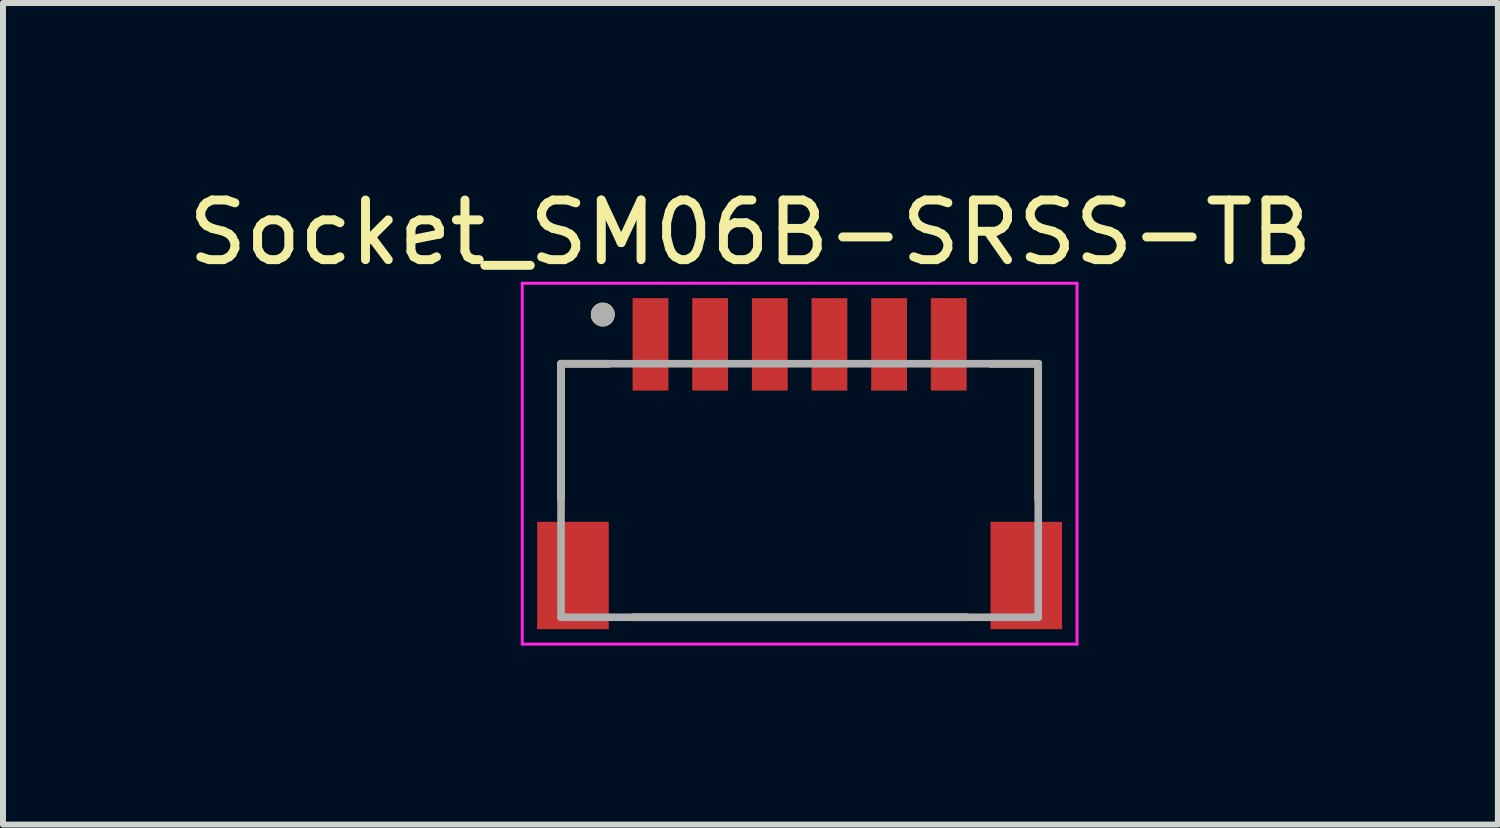
<source format=kicad_pcb>
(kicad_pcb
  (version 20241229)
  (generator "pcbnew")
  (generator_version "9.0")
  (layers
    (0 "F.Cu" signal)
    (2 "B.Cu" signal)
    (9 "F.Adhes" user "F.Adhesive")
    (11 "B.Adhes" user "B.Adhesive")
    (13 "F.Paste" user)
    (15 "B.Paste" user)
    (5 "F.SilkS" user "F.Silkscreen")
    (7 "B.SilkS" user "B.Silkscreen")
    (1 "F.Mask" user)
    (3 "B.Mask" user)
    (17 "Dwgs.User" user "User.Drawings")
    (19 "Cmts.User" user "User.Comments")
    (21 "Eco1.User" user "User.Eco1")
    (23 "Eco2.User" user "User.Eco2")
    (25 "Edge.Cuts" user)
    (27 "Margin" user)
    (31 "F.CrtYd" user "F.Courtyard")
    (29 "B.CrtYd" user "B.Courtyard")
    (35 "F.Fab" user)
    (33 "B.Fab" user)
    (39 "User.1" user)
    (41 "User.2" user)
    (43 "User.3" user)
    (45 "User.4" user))
  (footprint "Socket_SM06B-SRSS-TB"
    (layer "F.Cu")
    (at 10.355 2.723)
    (property "Reference" "Socket_SM06B-SRSS-TB" (at -0.825 -1.875 0) (layer "F.SilkS") (effects (font (size 1 1) (thickness 0.15))))
    (attr through_hole)
    (fp_line (start -4 0.325) (end -4 2.6) (stroke (width 0.127) (type solid)) (layer "F.SilkS"))
    (fp_line (start -3.2 0.325) (end -4 0.325) (stroke (width 0.127) (type solid)) (layer "F.SilkS"))
    (fp_line (start -2.8 4.575) (end 2.8 4.575) (stroke (width 0.127) (type solid)) (layer "F.SilkS"))
    (fp_line (start 3.2 0.325) (end 4 0.325) (stroke (width 0.127) (type solid)) (layer "F.SilkS"))
    (fp_line (start 4 0.325) (end 4 2.6) (stroke (width 0.127) (type solid)) (layer "F.SilkS"))
    (fp_circle (center -3.3 -0.5) (end -3.2 -0.5) (stroke (width 0.2) (type solid)) (fill no) (layer "F.SilkS"))
    (fp_line (start -4.65 -1.025) (end 4.65 -1.025) (stroke (width 0.05) (type solid)) (layer "F.CrtYd"))
    (fp_line (start -4.65 5.025) (end -4.65 -1.025) (stroke (width 0.05) (type solid)) (layer "F.CrtYd"))
    (fp_line (start 4.65 -1.025) (end 4.65 5.025) (stroke (width 0.05) (type solid)) (layer "F.CrtYd"))
    (fp_line (start 4.65 5.025) (end -4.65 5.025) (stroke (width 0.05) (type solid)) (layer "F.CrtYd"))
    (fp_line (start -4 0.325) (end 4 0.325) (stroke (width 0.127) (type solid)) (layer "F.Fab"))
    (fp_line (start -4 4.575) (end -4 0.325) (stroke (width 0.127) (type solid)) (layer "F.Fab"))
    (fp_line (start 4 0.325) (end 4 4.575) (stroke (width 0.127) (type solid)) (layer "F.Fab"))
    (fp_line (start 4 4.575) (end -4 4.575) (stroke (width 0.127) (type solid)) (layer "F.Fab"))
    (fp_circle (center -3.3 -0.5) (end -3.2 -0.5) (stroke (width 0.2) (type solid)) (fill no) (layer "F.Fab"))
    (pad "1" smd rect (at -2.5 0) (size 0.6 1.55) (layers "F.Cu" "F.Mask" "F.Paste"))
    (pad "2" smd rect (at -1.5 0) (size 0.6 1.55) (layers "F.Cu" "F.Mask" "F.Paste"))
    (pad "3" smd rect (at -0.5 0) (size 0.6 1.55) (layers "F.Cu" "F.Mask" "F.Paste"))
    (pad "4" smd rect (at 0.5 0) (size 0.6 1.55) (layers "F.Cu" "F.Mask" "F.Paste"))
    (pad "5" smd rect (at 1.5 0) (size 0.6 1.55) (layers "F.Cu" "F.Mask" "F.Paste"))
    (pad "6" smd rect (at 2.5 0) (size 0.6 1.55) (layers "F.Cu" "F.Mask" "F.Paste"))
    (pad "S1" smd rect (at -3.8 3.875) (size 1.2 1.8) (layers "F.Cu" "F.Mask" "F.Paste"))
    (pad "S2" smd rect (at 3.8 3.875) (size 1.2 1.8) (layers "F.Cu" "F.Mask" "F.Paste")))
  (gr_rect
    (start -3 -3)
    (end 22.06 10.773)
    (stroke (width 0.1) (type default))
    (fill no)
    (layer "Edge.Cuts")))
</source>
